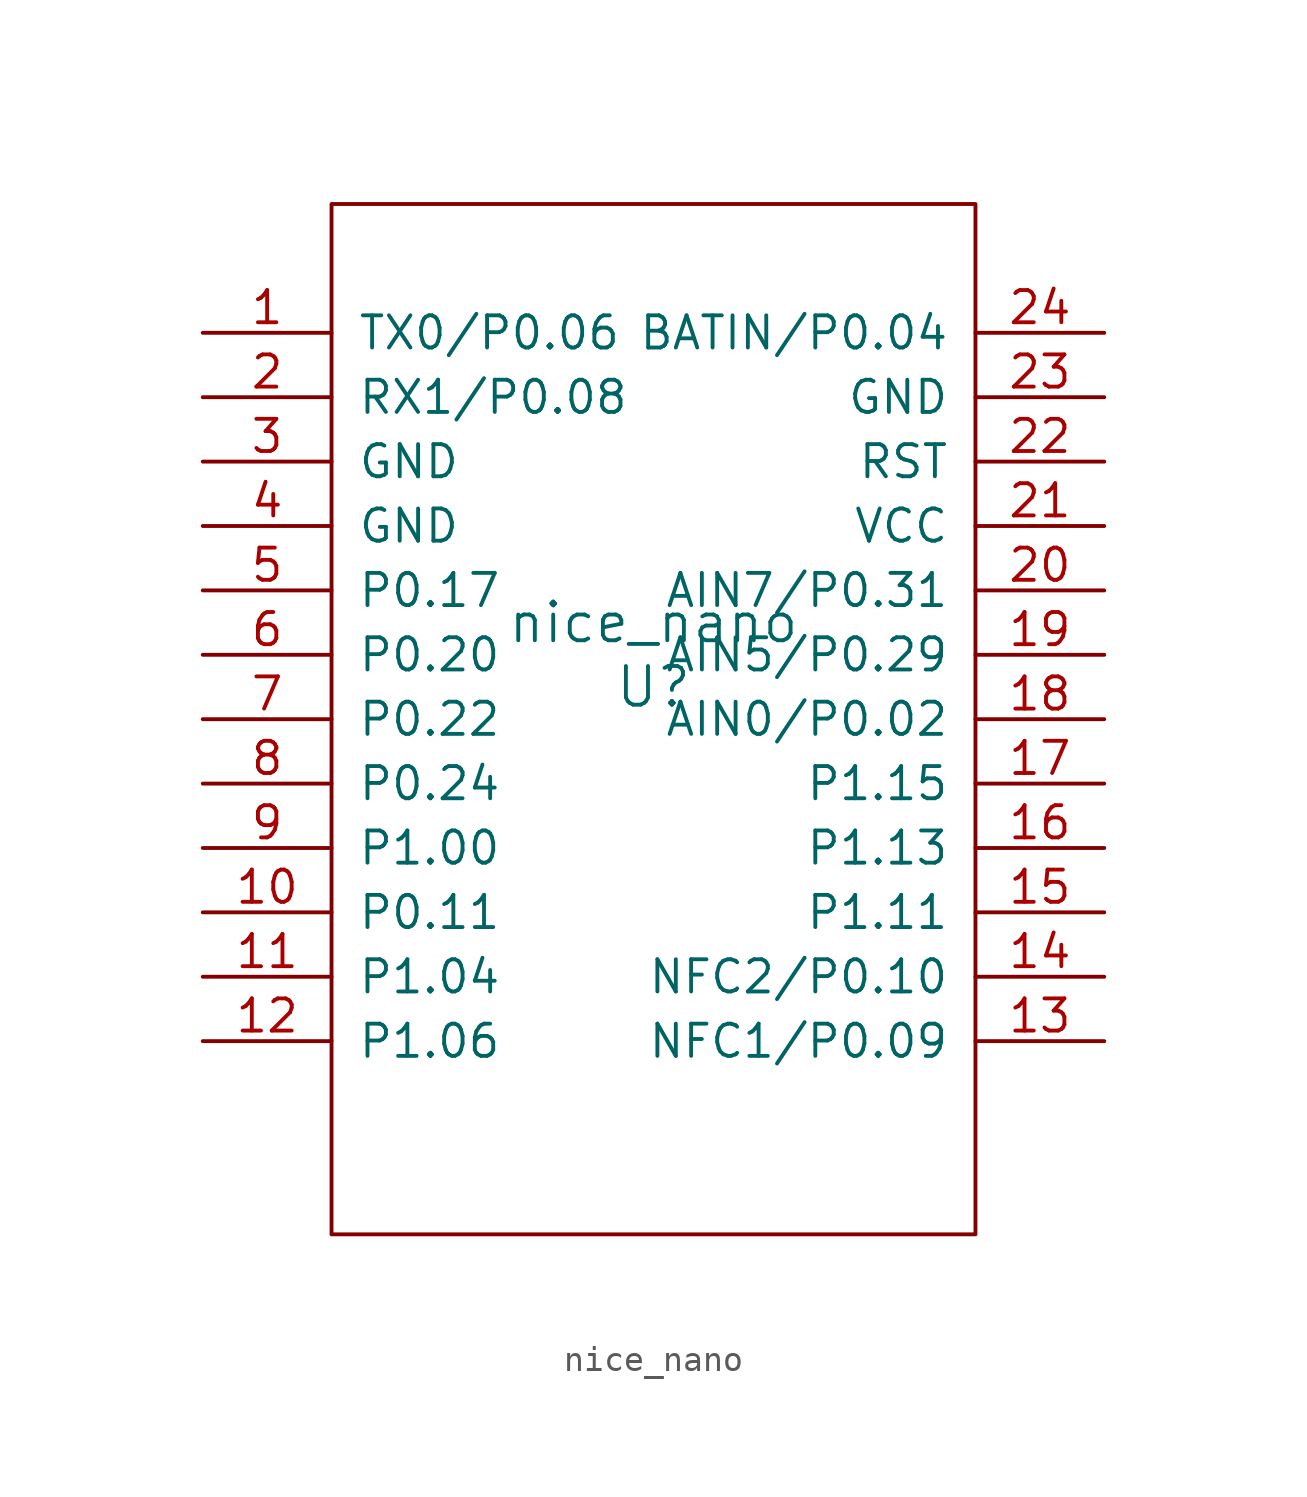
<source format=kicad_sym>
(kicad_symbol_lib
  (version 20241209)
  (generator "kicad_symbol_editor")
  (generator_version "9.0")
  (symbol "nice_nano"
    (pin_names
      (offset 1.016))
    (property "Reference" "U"
      (at 0 0 0)
      (effects (font (size 1.524 1.524))))
    (property "Value" "nice_nano"
      (at 0 2.54 0)
      (effects (font (size 1.524 1.524))))
    (symbol "nice_nano_0_1"
      (rectangle (start -12.7 -21.59) (end 12.7 19.05) (stroke (width 0) (type solid)) (fill (type none))))
    (symbol "nice_nano_1_1"
      (pin input line (at -17.78 13.97 0) (length 5.08) (name "TX0/P0.06" (effects (font (size 1.27 1.27)))) (number "1" (effects (font (size 1.27 1.27)))))
      (pin input line (at -17.78 11.43 0) (length 5.08) (name "RX1/P0.08" (effects (font (size 1.27 1.27)))) (number "2" (effects (font (size 1.27 1.27)))))
      (pin input line (at -17.78 8.89 0) (length 5.08) (name "GND" (effects (font (size 1.27 1.27)))) (number "3" (effects (font (size 1.27 1.27)))))
      (pin input line (at -17.78 6.35 0) (length 5.08) (name "GND" (effects (font (size 1.27 1.27)))) (number "4" (effects (font (size 1.27 1.27)))))
      (pin input line (at -17.78 3.81 0) (length 5.08) (name "P0.17" (effects (font (size 1.27 1.27)))) (number "5" (effects (font (size 1.27 1.27)))))
      (pin input line (at -17.78 1.27 0) (length 5.08) (name "P0.20" (effects (font (size 1.27 1.27)))) (number "6" (effects (font (size 1.27 1.27)))))
      (pin input line (at -17.78 -1.27 0) (length 5.08) (name "P0.22" (effects (font (size 1.27 1.27)))) (number "7" (effects (font (size 1.27 1.27)))))
      (pin input line (at -17.78 -3.81 0) (length 5.08) (name "P0.24" (effects (font (size 1.27 1.27)))) (number "8" (effects (font (size 1.27 1.27)))))
      (pin input line (at -17.78 -6.35 0) (length 5.08) (name "P1.00" (effects (font (size 1.27 1.27)))) (number "9" (effects (font (size 1.27 1.27)))))
      (pin input line (at -17.78 -8.89 0) (length 5.08) (name "P0.11" (effects (font (size 1.27 1.27)))) (number "10" (effects (font (size 1.27 1.27)))))
      (pin input line (at -17.78 -11.43 0) (length 5.08) (name "P1.04" (effects (font (size 1.27 1.27)))) (number "11" (effects (font (size 1.27 1.27)))))
      (pin input line (at -17.78 -13.97 0) (length 5.08) (name "P1.06" (effects (font (size 1.27 1.27)))) (number "12" (effects (font (size 1.27 1.27)))))
      (pin input line (at 17.78 13.97 180) (length 5.08) (name "BATIN/P0.04" (effects (font (size 1.27 1.27)))) (number "24" (effects (font (size 1.27 1.27)))))
      (pin input line (at 17.78 11.43 180) (length 5.08) (name "GND" (effects (font (size 1.27 1.27)))) (number "23" (effects (font (size 1.27 1.27)))))
      (pin input line (at 17.78 8.89 180) (length 5.08) (name "RST" (effects (font (size 1.27 1.27)))) (number "22" (effects (font (size 1.27 1.27)))))
      (pin input line (at 17.78 6.35 180) (length 5.08) (name "VCC" (effects (font (size 1.27 1.27)))) (number "21" (effects (font (size 1.27 1.27)))))
      (pin input line (at 17.78 3.81 180) (length 5.08) (name "AIN7/P0.31" (effects (font (size 1.27 1.27)))) (number "20" (effects (font (size 1.27 1.27)))))
      (pin input line (at 17.78 1.27 180) (length 5.08) (name "AIN5/P0.29" (effects (font (size 1.27 1.27)))) (number "19" (effects (font (size 1.27 1.27)))))
      (pin input line (at 17.78 -1.27 180) (length 5.08) (name "AIN0/P0.02" (effects (font (size 1.27 1.27)))) (number "18" (effects (font (size 1.27 1.27)))))
      (pin input line (at 17.78 -3.81 180) (length 5.08) (name "P1.15" (effects (font (size 1.27 1.27)))) (number "17" (effects (font (size 1.27 1.27)))))
      (pin input line (at 17.78 -6.35 180) (length 5.08) (name "P1.13" (effects (font (size 1.27 1.27)))) (number "16" (effects (font (size 1.27 1.27)))))
      (pin input line (at 17.78 -8.89 180) (length 5.08) (name "P1.11" (effects (font (size 1.27 1.27)))) (number "15" (effects (font (size 1.27 1.27)))))
      (pin input line (at 17.78 -11.43 180) (length 5.08) (name "NFC2/P0.10" (effects (font (size 1.27 1.27)))) (number "14" (effects (font (size 1.27 1.27)))))
      (pin input line (at 17.78 -13.97 180) (length 5.08) (name "NFC1/P0.09" (effects (font (size 1.27 1.27)))) (number "13" (effects (font (size 1.27 1.27))))))))
</source>
